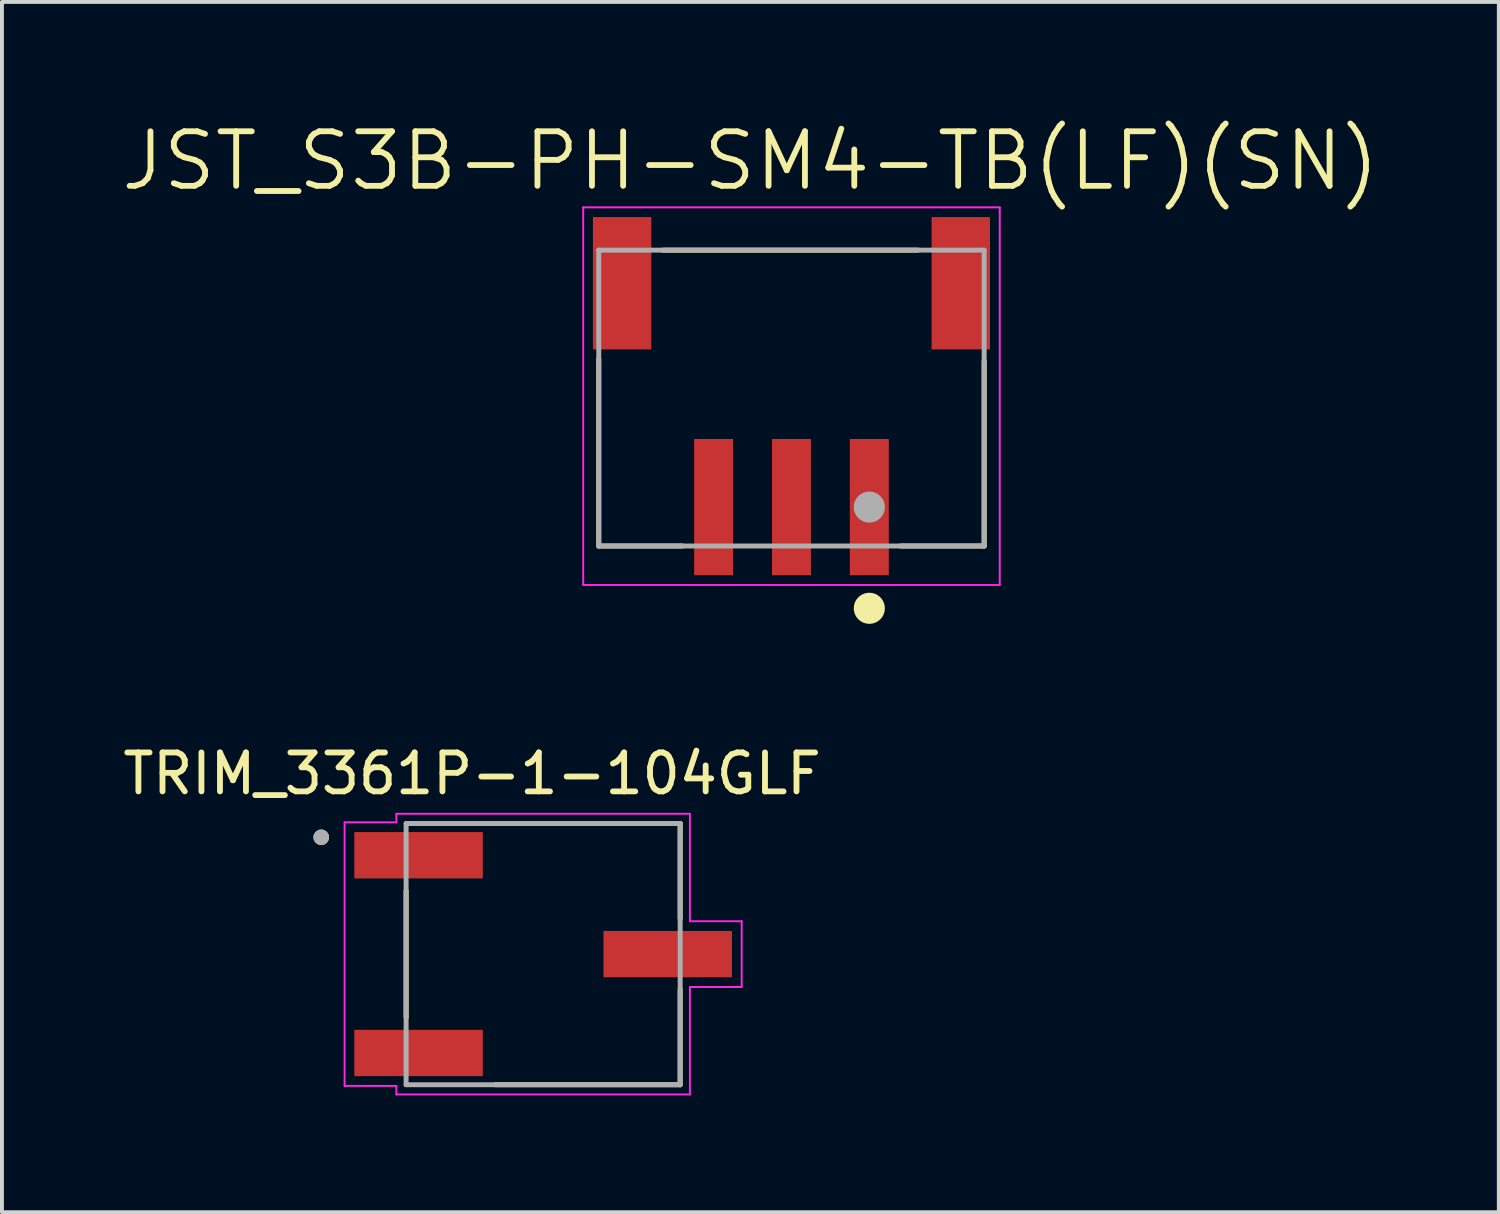
<source format=kicad_pcb>
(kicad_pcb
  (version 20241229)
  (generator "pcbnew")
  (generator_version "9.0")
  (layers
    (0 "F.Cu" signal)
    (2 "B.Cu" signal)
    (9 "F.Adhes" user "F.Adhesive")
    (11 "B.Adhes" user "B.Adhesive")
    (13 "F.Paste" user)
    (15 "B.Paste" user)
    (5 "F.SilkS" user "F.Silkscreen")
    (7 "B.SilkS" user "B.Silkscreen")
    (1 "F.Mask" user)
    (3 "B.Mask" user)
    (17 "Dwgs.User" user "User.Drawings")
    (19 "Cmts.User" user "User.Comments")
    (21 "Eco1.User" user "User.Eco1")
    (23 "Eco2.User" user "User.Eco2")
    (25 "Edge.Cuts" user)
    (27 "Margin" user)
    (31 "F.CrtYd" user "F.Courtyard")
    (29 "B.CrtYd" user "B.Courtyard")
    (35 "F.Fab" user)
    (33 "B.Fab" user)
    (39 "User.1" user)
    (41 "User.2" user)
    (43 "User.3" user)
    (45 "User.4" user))
  (footprint "JST_S3B-PH-SM4-TB(LF)(SN)"
    (layer "F.Cu")
    (at 17.281 9.976)
    (property "Reference" "JST_S3B-PH-SM4-TB(LF)(SN)" (at -1.055 -8.893 0) (layer "F.SilkS") (effects (font (size 1.401 1.401) (thickness 0.15))))
    (attr through_hole)
    (fp_line (start -4.95 -3.8) (end -4.95 1) (stroke (width 0.127) (type solid)) (layer "F.SilkS"))
    (fp_line (start -4.95 1) (end -2.8 1) (stroke (width 0.127) (type solid)) (layer "F.SilkS"))
    (fp_line (start -3.3 -6.6) (end 3.25 -6.6) (stroke (width 0.127) (type solid)) (layer "F.SilkS"))
    (fp_line (start 2.8 1) (end 4.95 1) (stroke (width 0.127) (type solid)) (layer "F.SilkS"))
    (fp_line (start 4.95 1) (end 4.95 -3.75) (stroke (width 0.127) (type solid)) (layer "F.SilkS"))
    (fp_circle (center 2 2.6) (end 2.2 2.6) (stroke (width 0.4) (type solid)) (fill no) (layer "F.SilkS"))
    (fp_line (start -5.35 -7.7) (end 5.35 -7.7) (stroke (width 0.05) (type solid)) (layer "F.CrtYd"))
    (fp_line (start -5.35 2) (end -5.35 -7.7) (stroke (width 0.05) (type solid)) (layer "F.CrtYd"))
    (fp_line (start 5.35 -7.7) (end 5.35 2) (stroke (width 0.05) (type solid)) (layer "F.CrtYd"))
    (fp_line (start 5.35 2) (end -5.35 2) (stroke (width 0.05) (type solid)) (layer "F.CrtYd"))
    (fp_line (start -4.95 -6.6) (end -4.95 1) (stroke (width 0.127) (type solid)) (layer "F.Fab"))
    (fp_line (start -4.95 1) (end 4.95 1) (stroke (width 0.127) (type solid)) (layer "F.Fab"))
    (fp_line (start 4.95 -6.6) (end -4.95 -6.6) (stroke (width 0.127) (type solid)) (layer "F.Fab"))
    (fp_line (start 4.95 1) (end 4.95 -6.6) (stroke (width 0.127) (type solid)) (layer "F.Fab"))
    (fp_circle (center 2 0) (end 2.2 0) (stroke (width 0.4) (type solid)) (fill no) (layer "F.Fab"))
    (pad "1" smd rect (at 2 0 180) (size 1 3.5) (layers "F.Cu" "F.Mask" "F.Paste"))
    (pad "2" smd rect (at 0 0 180) (size 1 3.5) (layers "F.Cu" "F.Mask" "F.Paste"))
    (pad "3" smd rect (at -2 0 180) (size 1 3.5) (layers "F.Cu" "F.Mask" "F.Paste"))
    (pad "P1" smd rect (at -4.35 -5.75) (size 1.5 3.4) (layers "F.Cu" "F.Mask" "F.Paste"))
    (pad "P2" smd rect (at 4.35 -5.75) (size 1.5 3.4) (layers "F.Cu" "F.Mask" "F.Paste")))
  (footprint "TRIM_3361P-1-104GLF"
    (layer "F.Cu")
    (at 10.902 21.459)
    (property "Reference" "TRIM_3361P-1-104GLF" (at -1.825 -4.635 0) (layer "F.SilkS") (effects (font (size 1 1) (thickness 0.15))))
    (attr through_hole)
    (fp_line (start -3.52 -1.625) (end -3.52 1.625) (stroke (width 0.127) (type solid)) (layer "F.SilkS"))
    (fp_line (start 3.52 -3.355) (end -1.23 -3.355) (stroke (width 0.127) (type solid)) (layer "F.SilkS"))
    (fp_line (start 3.52 -0.915) (end 3.52 -3.355) (stroke (width 0.127) (type solid)) (layer "F.SilkS"))
    (fp_line (start 3.52 0.915) (end 3.52 3.355) (stroke (width 0.127) (type solid)) (layer "F.SilkS"))
    (fp_line (start 3.52 3.355) (end -1.23 3.355) (stroke (width 0.127) (type solid)) (layer "F.SilkS"))
    (fp_circle (center -5.7 -3) (end -5.6 -3) (stroke (width 0.2) (type solid)) (fill no) (layer "F.SilkS"))
    (fp_line (start -5.1 -3.385) (end -3.77 -3.385) (stroke (width 0.05) (type solid)) (layer "F.CrtYd"))
    (fp_line (start -5.1 3.385) (end -5.1 -3.385) (stroke (width 0.05) (type solid)) (layer "F.CrtYd"))
    (fp_line (start -3.77 -3.605) (end 3.77 -3.605) (stroke (width 0.05) (type solid)) (layer "F.CrtYd"))
    (fp_line (start -3.77 -3.385) (end -3.77 -3.605) (stroke (width 0.05) (type solid)) (layer "F.CrtYd"))
    (fp_line (start -3.77 3.385) (end -5.1 3.385) (stroke (width 0.05) (type solid)) (layer "F.CrtYd"))
    (fp_line (start -3.77 3.605) (end -3.77 3.385) (stroke (width 0.05) (type solid)) (layer "F.CrtYd"))
    (fp_line (start 3.77 -3.605) (end 3.77 -0.845) (stroke (width 0.05) (type solid)) (layer "F.CrtYd"))
    (fp_line (start 3.77 -0.845) (end 5.1 -0.845) (stroke (width 0.05) (type solid)) (layer "F.CrtYd"))
    (fp_line (start 3.77 0.845) (end 3.77 3.605) (stroke (width 0.05) (type solid)) (layer "F.CrtYd"))
    (fp_line (start 3.77 3.605) (end -3.77 3.605) (stroke (width 0.05) (type solid)) (layer "F.CrtYd"))
    (fp_line (start 5.1 -0.845) (end 5.1 0.845) (stroke (width 0.05) (type solid)) (layer "F.CrtYd"))
    (fp_line (start 5.1 0.845) (end 3.77 0.845) (stroke (width 0.05) (type solid)) (layer "F.CrtYd"))
    (fp_line (start -3.52 -3.355) (end -3.52 3.355) (stroke (width 0.127) (type solid)) (layer "F.Fab"))
    (fp_line (start -3.52 3.355) (end 3.52 3.355) (stroke (width 0.127) (type solid)) (layer "F.Fab"))
    (fp_line (start 3.52 -3.355) (end -3.52 -3.355) (stroke (width 0.127) (type solid)) (layer "F.Fab"))
    (fp_line (start 3.52 3.355) (end 3.52 -3.355) (stroke (width 0.127) (type solid)) (layer "F.Fab"))
    (fp_circle (center -5.7 -3) (end -5.6 -3) (stroke (width 0.2) (type solid)) (fill no) (layer "F.Fab"))
    (pad "1" smd rect (at -3.2 -2.54) (size 3.3 1.19) (layers "F.Cu" "F.Mask" "F.Paste"))
    (pad "2" smd rect (at 3.2 0) (size 3.3 1.19) (layers "F.Cu" "F.Mask" "F.Paste"))
    (pad "3" smd rect (at -3.2 2.54) (size 3.3 1.19) (layers "F.Cu" "F.Mask" "F.Paste")))
  (gr_rect
    (start -3 -3)
    (end 35.451 28.089)
    (stroke (width 0.1) (type default))
    (fill no)
    (layer "Edge.Cuts")))
</source>
